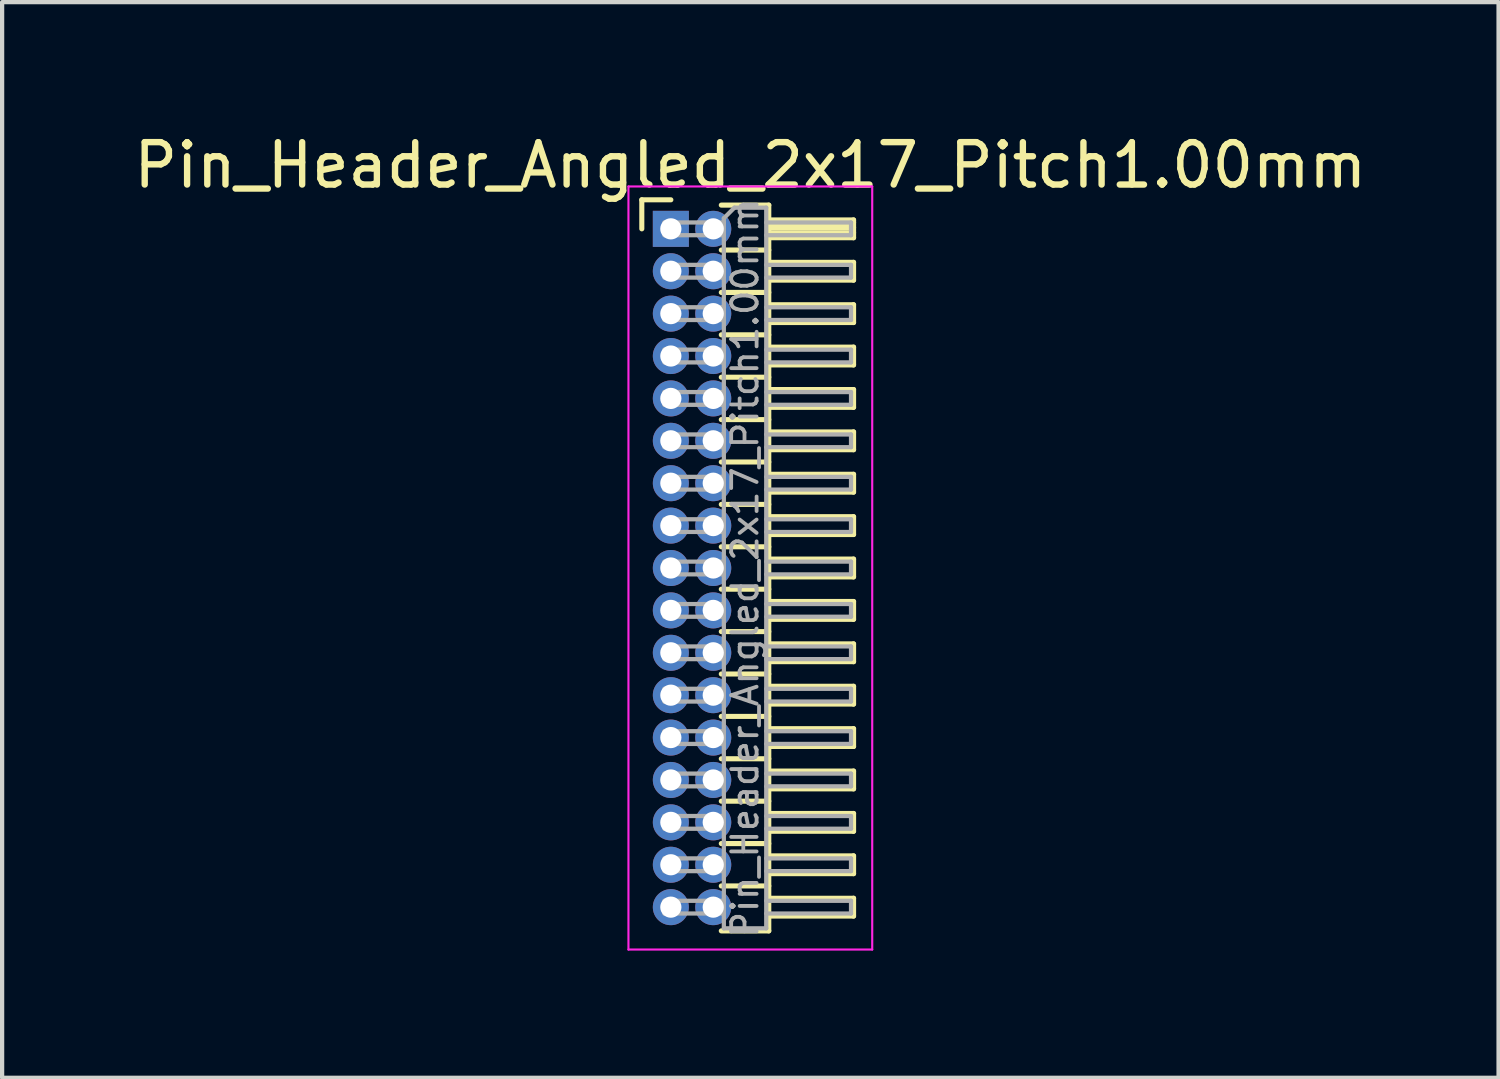
<source format=kicad_pcb>
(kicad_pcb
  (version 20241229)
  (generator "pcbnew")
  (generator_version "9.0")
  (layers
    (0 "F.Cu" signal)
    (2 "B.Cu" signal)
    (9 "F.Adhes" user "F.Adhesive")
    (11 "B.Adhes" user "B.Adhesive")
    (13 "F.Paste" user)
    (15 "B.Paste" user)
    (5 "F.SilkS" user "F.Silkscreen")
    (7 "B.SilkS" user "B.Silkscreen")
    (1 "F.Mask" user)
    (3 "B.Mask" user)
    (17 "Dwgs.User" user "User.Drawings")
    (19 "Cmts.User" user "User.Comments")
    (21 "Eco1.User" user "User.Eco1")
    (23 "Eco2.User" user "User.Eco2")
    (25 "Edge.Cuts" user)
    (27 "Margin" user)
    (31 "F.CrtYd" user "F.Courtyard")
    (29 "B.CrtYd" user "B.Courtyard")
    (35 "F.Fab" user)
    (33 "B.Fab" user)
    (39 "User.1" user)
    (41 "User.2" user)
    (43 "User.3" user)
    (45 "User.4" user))
  (footprint "Pin_Header_Angled_2x17_Pitch1.00mm"
    (layer "F.Cu")
    (at 12.774 2.348)
    (property "Reference" "Pin_Header_Angled_2x17_Pitch1.00mm" (at 1.875 -1.5 0) (layer "F.SilkS") (effects (font (size 1 1) (thickness 0.15))))
    (attr through_hole)
    (fp_line (start -0.685 -0.685) (end 0 -0.685) (stroke (width 0.12) (type solid)) (layer "F.SilkS"))
    (fp_line (start -0.685 0) (end -0.685 -0.685) (stroke (width 0.12) (type solid)) (layer "F.SilkS"))
    (fp_line (start 1.19 -0.56) (end 2.31 -0.56) (stroke (width 0.12) (type solid)) (layer "F.SilkS"))
    (fp_line (start 1.19 0.5) (end 2.31 0.5) (stroke (width 0.12) (type solid)) (layer "F.SilkS"))
    (fp_line (start 1.19 1.5) (end 2.31 1.5) (stroke (width 0.12) (type solid)) (layer "F.SilkS"))
    (fp_line (start 1.19 2.5) (end 2.31 2.5) (stroke (width 0.12) (type solid)) (layer "F.SilkS"))
    (fp_line (start 1.19 3.5) (end 2.31 3.5) (stroke (width 0.12) (type solid)) (layer "F.SilkS"))
    (fp_line (start 1.19 4.5) (end 2.31 4.5) (stroke (width 0.12) (type solid)) (layer "F.SilkS"))
    (fp_line (start 1.19 5.5) (end 2.31 5.5) (stroke (width 0.12) (type solid)) (layer "F.SilkS"))
    (fp_line (start 1.19 6.5) (end 2.31 6.5) (stroke (width 0.12) (type solid)) (layer "F.SilkS"))
    (fp_line (start 1.19 7.5) (end 2.31 7.5) (stroke (width 0.12) (type solid)) (layer "F.SilkS"))
    (fp_line (start 1.19 8.5) (end 2.31 8.5) (stroke (width 0.12) (type solid)) (layer "F.SilkS"))
    (fp_line (start 1.19 9.5) (end 2.31 9.5) (stroke (width 0.12) (type solid)) (layer "F.SilkS"))
    (fp_line (start 1.19 10.5) (end 2.31 10.5) (stroke (width 0.12) (type solid)) (layer "F.SilkS"))
    (fp_line (start 1.19 11.5) (end 2.31 11.5) (stroke (width 0.12) (type solid)) (layer "F.SilkS"))
    (fp_line (start 1.19 12.5) (end 2.31 12.5) (stroke (width 0.12) (type solid)) (layer "F.SilkS"))
    (fp_line (start 1.19 13.5) (end 2.31 13.5) (stroke (width 0.12) (type solid)) (layer "F.SilkS"))
    (fp_line (start 1.19 14.5) (end 2.31 14.5) (stroke (width 0.12) (type solid)) (layer "F.SilkS"))
    (fp_line (start 1.19 15.5) (end 2.31 15.5) (stroke (width 0.12) (type solid)) (layer "F.SilkS"))
    (fp_line (start 2.31 -0.56) (end 2.31 16.56) (stroke (width 0.12) (type solid)) (layer "F.SilkS"))
    (fp_line (start 2.31 -0.21) (end 4.31 -0.21) (stroke (width 0.12) (type solid)) (layer "F.SilkS"))
    (fp_line (start 2.31 -0.15) (end 4.31 -0.15) (stroke (width 0.12) (type solid)) (layer "F.SilkS"))
    (fp_line (start 2.31 -0.03) (end 4.31 -0.03) (stroke (width 0.12) (type solid)) (layer "F.SilkS"))
    (fp_line (start 2.31 0.09) (end 4.31 0.09) (stroke (width 0.12) (type solid)) (layer "F.SilkS"))
    (fp_line (start 2.31 0.79) (end 4.31 0.79) (stroke (width 0.12) (type solid)) (layer "F.SilkS"))
    (fp_line (start 2.31 1.79) (end 4.31 1.79) (stroke (width 0.12) (type solid)) (layer "F.SilkS"))
    (fp_line (start 2.31 2.79) (end 4.31 2.79) (stroke (width 0.12) (type solid)) (layer "F.SilkS"))
    (fp_line (start 2.31 3.79) (end 4.31 3.79) (stroke (width 0.12) (type solid)) (layer "F.SilkS"))
    (fp_line (start 2.31 4.79) (end 4.31 4.79) (stroke (width 0.12) (type solid)) (layer "F.SilkS"))
    (fp_line (start 2.31 5.79) (end 4.31 5.79) (stroke (width 0.12) (type solid)) (layer "F.SilkS"))
    (fp_line (start 2.31 6.79) (end 4.31 6.79) (stroke (width 0.12) (type solid)) (layer "F.SilkS"))
    (fp_line (start 2.31 7.79) (end 4.31 7.79) (stroke (width 0.12) (type solid)) (layer "F.SilkS"))
    (fp_line (start 2.31 8.79) (end 4.31 8.79) (stroke (width 0.12) (type solid)) (layer "F.SilkS"))
    (fp_line (start 2.31 9.79) (end 4.31 9.79) (stroke (width 0.12) (type solid)) (layer "F.SilkS"))
    (fp_line (start 2.31 10.79) (end 4.31 10.79) (stroke (width 0.12) (type solid)) (layer "F.SilkS"))
    (fp_line (start 2.31 11.79) (end 4.31 11.79) (stroke (width 0.12) (type solid)) (layer "F.SilkS"))
    (fp_line (start 2.31 12.79) (end 4.31 12.79) (stroke (width 0.12) (type solid)) (layer "F.SilkS"))
    (fp_line (start 2.31 13.79) (end 4.31 13.79) (stroke (width 0.12) (type solid)) (layer "F.SilkS"))
    (fp_line (start 2.31 14.79) (end 4.31 14.79) (stroke (width 0.12) (type solid)) (layer "F.SilkS"))
    (fp_line (start 2.31 15.79) (end 4.31 15.79) (stroke (width 0.12) (type solid)) (layer "F.SilkS"))
    (fp_line (start 2.31 16.56) (end 1.19 16.56) (stroke (width 0.12) (type solid)) (layer "F.SilkS"))
    (fp_line (start 4.31 -0.21) (end 4.31 0.21) (stroke (width 0.12) (type solid)) (layer "F.SilkS"))
    (fp_line (start 4.31 0.21) (end 2.31 0.21) (stroke (width 0.12) (type solid)) (layer "F.SilkS"))
    (fp_line (start 4.31 0.79) (end 4.31 1.21) (stroke (width 0.12) (type solid)) (layer "F.SilkS"))
    (fp_line (start 4.31 1.21) (end 2.31 1.21) (stroke (width 0.12) (type solid)) (layer "F.SilkS"))
    (fp_line (start 4.31 1.79) (end 4.31 2.21) (stroke (width 0.12) (type solid)) (layer "F.SilkS"))
    (fp_line (start 4.31 2.21) (end 2.31 2.21) (stroke (width 0.12) (type solid)) (layer "F.SilkS"))
    (fp_line (start 4.31 2.79) (end 4.31 3.21) (stroke (width 0.12) (type solid)) (layer "F.SilkS"))
    (fp_line (start 4.31 3.21) (end 2.31 3.21) (stroke (width 0.12) (type solid)) (layer "F.SilkS"))
    (fp_line (start 4.31 3.79) (end 4.31 4.21) (stroke (width 0.12) (type solid)) (layer "F.SilkS"))
    (fp_line (start 4.31 4.21) (end 2.31 4.21) (stroke (width 0.12) (type solid)) (layer "F.SilkS"))
    (fp_line (start 4.31 4.79) (end 4.31 5.21) (stroke (width 0.12) (type solid)) (layer "F.SilkS"))
    (fp_line (start 4.31 5.21) (end 2.31 5.21) (stroke (width 0.12) (type solid)) (layer "F.SilkS"))
    (fp_line (start 4.31 5.79) (end 4.31 6.21) (stroke (width 0.12) (type solid)) (layer "F.SilkS"))
    (fp_line (start 4.31 6.21) (end 2.31 6.21) (stroke (width 0.12) (type solid)) (layer "F.SilkS"))
    (fp_line (start 4.31 6.79) (end 4.31 7.21) (stroke (width 0.12) (type solid)) (layer "F.SilkS"))
    (fp_line (start 4.31 7.21) (end 2.31 7.21) (stroke (width 0.12) (type solid)) (layer "F.SilkS"))
    (fp_line (start 4.31 7.79) (end 4.31 8.21) (stroke (width 0.12) (type solid)) (layer "F.SilkS"))
    (fp_line (start 4.31 8.21) (end 2.31 8.21) (stroke (width 0.12) (type solid)) (layer "F.SilkS"))
    (fp_line (start 4.31 8.79) (end 4.31 9.21) (stroke (width 0.12) (type solid)) (layer "F.SilkS"))
    (fp_line (start 4.31 9.21) (end 2.31 9.21) (stroke (width 0.12) (type solid)) (layer "F.SilkS"))
    (fp_line (start 4.31 9.79) (end 4.31 10.21) (stroke (width 0.12) (type solid)) (layer "F.SilkS"))
    (fp_line (start 4.31 10.21) (end 2.31 10.21) (stroke (width 0.12) (type solid)) (layer "F.SilkS"))
    (fp_line (start 4.31 10.79) (end 4.31 11.21) (stroke (width 0.12) (type solid)) (layer "F.SilkS"))
    (fp_line (start 4.31 11.21) (end 2.31 11.21) (stroke (width 0.12) (type solid)) (layer "F.SilkS"))
    (fp_line (start 4.31 11.79) (end 4.31 12.21) (stroke (width 0.12) (type solid)) (layer "F.SilkS"))
    (fp_line (start 4.31 12.21) (end 2.31 12.21) (stroke (width 0.12) (type solid)) (layer "F.SilkS"))
    (fp_line (start 4.31 12.79) (end 4.31 13.21) (stroke (width 0.12) (type solid)) (layer "F.SilkS"))
    (fp_line (start 4.31 13.21) (end 2.31 13.21) (stroke (width 0.12) (type solid)) (layer "F.SilkS"))
    (fp_line (start 4.31 13.79) (end 4.31 14.21) (stroke (width 0.12) (type solid)) (layer "F.SilkS"))
    (fp_line (start 4.31 14.21) (end 2.31 14.21) (stroke (width 0.12) (type solid)) (layer "F.SilkS"))
    (fp_line (start 4.31 14.79) (end 4.31 15.21) (stroke (width 0.12) (type solid)) (layer "F.SilkS"))
    (fp_line (start 4.31 15.21) (end 2.31 15.21) (stroke (width 0.12) (type solid)) (layer "F.SilkS"))
    (fp_line (start 4.31 15.79) (end 4.31 16.21) (stroke (width 0.12) (type solid)) (layer "F.SilkS"))
    (fp_line (start 4.31 16.21) (end 2.31 16.21) (stroke (width 0.12) (type solid)) (layer "F.SilkS"))
    (fp_line (start -1 -1) (end -1 17) (stroke (width 0.05) (type solid)) (layer "F.CrtYd"))
    (fp_line (start -1 17) (end 4.75 17) (stroke (width 0.05) (type solid)) (layer "F.CrtYd"))
    (fp_line (start 4.75 -1) (end -1 -1) (stroke (width 0.05) (type solid)) (layer "F.CrtYd"))
    (fp_line (start 4.75 17) (end 4.75 -1) (stroke (width 0.05) (type solid)) (layer "F.CrtYd"))
    (fp_line (start -0.15 -0.15) (end -0.15 0.15) (stroke (width 0.1) (type solid)) (layer "F.Fab"))
    (fp_line (start -0.15 -0.15) (end 1.25 -0.15) (stroke (width 0.1) (type solid)) (layer "F.Fab"))
    (fp_line (start -0.15 0.15) (end 1.25 0.15) (stroke (width 0.1) (type solid)) (layer "F.Fab"))
    (fp_line (start -0.15 0.85) (end -0.15 1.15) (stroke (width 0.1) (type solid)) (layer "F.Fab"))
    (fp_line (start -0.15 0.85) (end 1.25 0.85) (stroke (width 0.1) (type solid)) (layer "F.Fab"))
    (fp_line (start -0.15 1.15) (end 1.25 1.15) (stroke (width 0.1) (type solid)) (layer "F.Fab"))
    (fp_line (start -0.15 1.85) (end -0.15 2.15) (stroke (width 0.1) (type solid)) (layer "F.Fab"))
    (fp_line (start -0.15 1.85) (end 1.25 1.85) (stroke (width 0.1) (type solid)) (layer "F.Fab"))
    (fp_line (start -0.15 2.15) (end 1.25 2.15) (stroke (width 0.1) (type solid)) (layer "F.Fab"))
    (fp_line (start -0.15 2.85) (end -0.15 3.15) (stroke (width 0.1) (type solid)) (layer "F.Fab"))
    (fp_line (start -0.15 2.85) (end 1.25 2.85) (stroke (width 0.1) (type solid)) (layer "F.Fab"))
    (fp_line (start -0.15 3.15) (end 1.25 3.15) (stroke (width 0.1) (type solid)) (layer "F.Fab"))
    (fp_line (start -0.15 3.85) (end -0.15 4.15) (stroke (width 0.1) (type solid)) (layer "F.Fab"))
    (fp_line (start -0.15 3.85) (end 1.25 3.85) (stroke (width 0.1) (type solid)) (layer "F.Fab"))
    (fp_line (start -0.15 4.15) (end 1.25 4.15) (stroke (width 0.1) (type solid)) (layer "F.Fab"))
    (fp_line (start -0.15 4.85) (end -0.15 5.15) (stroke (width 0.1) (type solid)) (layer "F.Fab"))
    (fp_line (start -0.15 4.85) (end 1.25 4.85) (stroke (width 0.1) (type solid)) (layer "F.Fab"))
    (fp_line (start -0.15 5.15) (end 1.25 5.15) (stroke (width 0.1) (type solid)) (layer "F.Fab"))
    (fp_line (start -0.15 5.85) (end -0.15 6.15) (stroke (width 0.1) (type solid)) (layer "F.Fab"))
    (fp_line (start -0.15 5.85) (end 1.25 5.85) (stroke (width 0.1) (type solid)) (layer "F.Fab"))
    (fp_line (start -0.15 6.15) (end 1.25 6.15) (stroke (width 0.1) (type solid)) (layer "F.Fab"))
    (fp_line (start -0.15 6.85) (end -0.15 7.15) (stroke (width 0.1) (type solid)) (layer "F.Fab"))
    (fp_line (start -0.15 6.85) (end 1.25 6.85) (stroke (width 0.1) (type solid)) (layer "F.Fab"))
    (fp_line (start -0.15 7.15) (end 1.25 7.15) (stroke (width 0.1) (type solid)) (layer "F.Fab"))
    (fp_line (start -0.15 7.85) (end -0.15 8.15) (stroke (width 0.1) (type solid)) (layer "F.Fab"))
    (fp_line (start -0.15 7.85) (end 1.25 7.85) (stroke (width 0.1) (type solid)) (layer "F.Fab"))
    (fp_line (start -0.15 8.15) (end 1.25 8.15) (stroke (width 0.1) (type solid)) (layer "F.Fab"))
    (fp_line (start -0.15 8.85) (end -0.15 9.15) (stroke (width 0.1) (type solid)) (layer "F.Fab"))
    (fp_line (start -0.15 8.85) (end 1.25 8.85) (stroke (width 0.1) (type solid)) (layer "F.Fab"))
    (fp_line (start -0.15 9.15) (end 1.25 9.15) (stroke (width 0.1) (type solid)) (layer "F.Fab"))
    (fp_line (start -0.15 9.85) (end -0.15 10.15) (stroke (width 0.1) (type solid)) (layer "F.Fab"))
    (fp_line (start -0.15 9.85) (end 1.25 9.85) (stroke (width 0.1) (type solid)) (layer "F.Fab"))
    (fp_line (start -0.15 10.15) (end 1.25 10.15) (stroke (width 0.1) (type solid)) (layer "F.Fab"))
    (fp_line (start -0.15 10.85) (end -0.15 11.15) (stroke (width 0.1) (type solid)) (layer "F.Fab"))
    (fp_line (start -0.15 10.85) (end 1.25 10.85) (stroke (width 0.1) (type solid)) (layer "F.Fab"))
    (fp_line (start -0.15 11.15) (end 1.25 11.15) (stroke (width 0.1) (type solid)) (layer "F.Fab"))
    (fp_line (start -0.15 11.85) (end -0.15 12.15) (stroke (width 0.1) (type solid)) (layer "F.Fab"))
    (fp_line (start -0.15 11.85) (end 1.25 11.85) (stroke (width 0.1) (type solid)) (layer "F.Fab"))
    (fp_line (start -0.15 12.15) (end 1.25 12.15) (stroke (width 0.1) (type solid)) (layer "F.Fab"))
    (fp_line (start -0.15 12.85) (end -0.15 13.15) (stroke (width 0.1) (type solid)) (layer "F.Fab"))
    (fp_line (start -0.15 12.85) (end 1.25 12.85) (stroke (width 0.1) (type solid)) (layer "F.Fab"))
    (fp_line (start -0.15 13.15) (end 1.25 13.15) (stroke (width 0.1) (type solid)) (layer "F.Fab"))
    (fp_line (start -0.15 13.85) (end -0.15 14.15) (stroke (width 0.1) (type solid)) (layer "F.Fab"))
    (fp_line (start -0.15 13.85) (end 1.25 13.85) (stroke (width 0.1) (type solid)) (layer "F.Fab"))
    (fp_line (start -0.15 14.15) (end 1.25 14.15) (stroke (width 0.1) (type solid)) (layer "F.Fab"))
    (fp_line (start -0.15 14.85) (end -0.15 15.15) (stroke (width 0.1) (type solid)) (layer "F.Fab"))
    (fp_line (start -0.15 14.85) (end 1.25 14.85) (stroke (width 0.1) (type solid)) (layer "F.Fab"))
    (fp_line (start -0.15 15.15) (end 1.25 15.15) (stroke (width 0.1) (type solid)) (layer "F.Fab"))
    (fp_line (start -0.15 15.85) (end -0.15 16.15) (stroke (width 0.1) (type solid)) (layer "F.Fab"))
    (fp_line (start -0.15 15.85) (end 1.25 15.85) (stroke (width 0.1) (type solid)) (layer "F.Fab"))
    (fp_line (start -0.15 16.15) (end 1.25 16.15) (stroke (width 0.1) (type solid)) (layer "F.Fab"))
    (fp_line (start 1.25 -0.25) (end 1.5 -0.5) (stroke (width 0.1) (type solid)) (layer "F.Fab"))
    (fp_line (start 1.25 16.5) (end 1.25 -0.25) (stroke (width 0.1) (type solid)) (layer "F.Fab"))
    (fp_line (start 1.5 -0.5) (end 2.25 -0.5) (stroke (width 0.1) (type solid)) (layer "F.Fab"))
    (fp_line (start 2.25 -0.5) (end 2.25 16.5) (stroke (width 0.1) (type solid)) (layer "F.Fab"))
    (fp_line (start 2.25 -0.15) (end 4.25 -0.15) (stroke (width 0.1) (type solid)) (layer "F.Fab"))
    (fp_line (start 2.25 0.15) (end 4.25 0.15) (stroke (width 0.1) (type solid)) (layer "F.Fab"))
    (fp_line (start 2.25 0.85) (end 4.25 0.85) (stroke (width 0.1) (type solid)) (layer "F.Fab"))
    (fp_line (start 2.25 1.15) (end 4.25 1.15) (stroke (width 0.1) (type solid)) (layer "F.Fab"))
    (fp_line (start 2.25 1.85) (end 4.25 1.85) (stroke (width 0.1) (type solid)) (layer "F.Fab"))
    (fp_line (start 2.25 2.15) (end 4.25 2.15) (stroke (width 0.1) (type solid)) (layer "F.Fab"))
    (fp_line (start 2.25 2.85) (end 4.25 2.85) (stroke (width 0.1) (type solid)) (layer "F.Fab"))
    (fp_line (start 2.25 3.15) (end 4.25 3.15) (stroke (width 0.1) (type solid)) (layer "F.Fab"))
    (fp_line (start 2.25 3.85) (end 4.25 3.85) (stroke (width 0.1) (type solid)) (layer "F.Fab"))
    (fp_line (start 2.25 4.15) (end 4.25 4.15) (stroke (width 0.1) (type solid)) (layer "F.Fab"))
    (fp_line (start 2.25 4.85) (end 4.25 4.85) (stroke (width 0.1) (type solid)) (layer "F.Fab"))
    (fp_line (start 2.25 5.15) (end 4.25 5.15) (stroke (width 0.1) (type solid)) (layer "F.Fab"))
    (fp_line (start 2.25 5.85) (end 4.25 5.85) (stroke (width 0.1) (type solid)) (layer "F.Fab"))
    (fp_line (start 2.25 6.15) (end 4.25 6.15) (stroke (width 0.1) (type solid)) (layer "F.Fab"))
    (fp_line (start 2.25 6.85) (end 4.25 6.85) (stroke (width 0.1) (type solid)) (layer "F.Fab"))
    (fp_line (start 2.25 7.15) (end 4.25 7.15) (stroke (width 0.1) (type solid)) (layer "F.Fab"))
    (fp_line (start 2.25 7.85) (end 4.25 7.85) (stroke (width 0.1) (type solid)) (layer "F.Fab"))
    (fp_line (start 2.25 8.15) (end 4.25 8.15) (stroke (width 0.1) (type solid)) (layer "F.Fab"))
    (fp_line (start 2.25 8.85) (end 4.25 8.85) (stroke (width 0.1) (type solid)) (layer "F.Fab"))
    (fp_line (start 2.25 9.15) (end 4.25 9.15) (stroke (width 0.1) (type solid)) (layer "F.Fab"))
    (fp_line (start 2.25 9.85) (end 4.25 9.85) (stroke (width 0.1) (type solid)) (layer "F.Fab"))
    (fp_line (start 2.25 10.15) (end 4.25 10.15) (stroke (width 0.1) (type solid)) (layer "F.Fab"))
    (fp_line (start 2.25 10.85) (end 4.25 10.85) (stroke (width 0.1) (type solid)) (layer "F.Fab"))
    (fp_line (start 2.25 11.15) (end 4.25 11.15) (stroke (width 0.1) (type solid)) (layer "F.Fab"))
    (fp_line (start 2.25 11.85) (end 4.25 11.85) (stroke (width 0.1) (type solid)) (layer "F.Fab"))
    (fp_line (start 2.25 12.15) (end 4.25 12.15) (stroke (width 0.1) (type solid)) (layer "F.Fab"))
    (fp_line (start 2.25 12.85) (end 4.25 12.85) (stroke (width 0.1) (type solid)) (layer "F.Fab"))
    (fp_line (start 2.25 13.15) (end 4.25 13.15) (stroke (width 0.1) (type solid)) (layer "F.Fab"))
    (fp_line (start 2.25 13.85) (end 4.25 13.85) (stroke (width 0.1) (type solid)) (layer "F.Fab"))
    (fp_line (start 2.25 14.15) (end 4.25 14.15) (stroke (width 0.1) (type solid)) (layer "F.Fab"))
    (fp_line (start 2.25 14.85) (end 4.25 14.85) (stroke (width 0.1) (type solid)) (layer "F.Fab"))
    (fp_line (start 2.25 15.15) (end 4.25 15.15) (stroke (width 0.1) (type solid)) (layer "F.Fab"))
    (fp_line (start 2.25 15.85) (end 4.25 15.85) (stroke (width 0.1) (type solid)) (layer "F.Fab"))
    (fp_line (start 2.25 16.15) (end 4.25 16.15) (stroke (width 0.1) (type solid)) (layer "F.Fab"))
    (fp_line (start 2.25 16.5) (end 1.25 16.5) (stroke (width 0.1) (type solid)) (layer "F.Fab"))
    (fp_line (start 4.25 -0.15) (end 4.25 0.15) (stroke (width 0.1) (type solid)) (layer "F.Fab"))
    (fp_line (start 4.25 0.85) (end 4.25 1.15) (stroke (width 0.1) (type solid)) (layer "F.Fab"))
    (fp_line (start 4.25 1.85) (end 4.25 2.15) (stroke (width 0.1) (type solid)) (layer "F.Fab"))
    (fp_line (start 4.25 2.85) (end 4.25 3.15) (stroke (width 0.1) (type solid)) (layer "F.Fab"))
    (fp_line (start 4.25 3.85) (end 4.25 4.15) (stroke (width 0.1) (type solid)) (layer "F.Fab"))
    (fp_line (start 4.25 4.85) (end 4.25 5.15) (stroke (width 0.1) (type solid)) (layer "F.Fab"))
    (fp_line (start 4.25 5.85) (end 4.25 6.15) (stroke (width 0.1) (type solid)) (layer "F.Fab"))
    (fp_line (start 4.25 6.85) (end 4.25 7.15) (stroke (width 0.1) (type solid)) (layer "F.Fab"))
    (fp_line (start 4.25 7.85) (end 4.25 8.15) (stroke (width 0.1) (type solid)) (layer "F.Fab"))
    (fp_line (start 4.25 8.85) (end 4.25 9.15) (stroke (width 0.1) (type solid)) (layer "F.Fab"))
    (fp_line (start 4.25 9.85) (end 4.25 10.15) (stroke (width 0.1) (type solid)) (layer "F.Fab"))
    (fp_line (start 4.25 10.85) (end 4.25 11.15) (stroke (width 0.1) (type solid)) (layer "F.Fab"))
    (fp_line (start 4.25 11.85) (end 4.25 12.15) (stroke (width 0.1) (type solid)) (layer "F.Fab"))
    (fp_line (start 4.25 12.85) (end 4.25 13.15) (stroke (width 0.1) (type solid)) (layer "F.Fab"))
    (fp_line (start 4.25 13.85) (end 4.25 14.15) (stroke (width 0.1) (type solid)) (layer "F.Fab"))
    (fp_line (start 4.25 14.85) (end 4.25 15.15) (stroke (width 0.1) (type solid)) (layer "F.Fab"))
    (fp_line (start 4.25 15.85) (end 4.25 16.15) (stroke (width 0.1) (type solid)) (layer "F.Fab"))
    (fp_text user "${REFERENCE}" (at 1.75 8 90) (layer "F.Fab") (effects (font (size 0.6 0.6) (thickness 0.09))))
    (pad "1" thru_hole rect (at 0 0) (size 0.85 0.85) (drill 0.5) (layers "*.Cu" "*.Mask"))
    (pad "2" thru_hole oval (at 1 0) (size 0.85 0.85) (drill 0.5) (layers "*.Cu" "*.Mask"))
    (pad "3" thru_hole oval (at 0 1) (size 0.85 0.85) (drill 0.5) (layers "*.Cu" "*.Mask"))
    (pad "4" thru_hole oval (at 1 1) (size 0.85 0.85) (drill 0.5) (layers "*.Cu" "*.Mask"))
    (pad "5" thru_hole oval (at 0 2) (size 0.85 0.85) (drill 0.5) (layers "*.Cu" "*.Mask"))
    (pad "6" thru_hole oval (at 1 2) (size 0.85 0.85) (drill 0.5) (layers "*.Cu" "*.Mask"))
    (pad "7" thru_hole oval (at 0 3) (size 0.85 0.85) (drill 0.5) (layers "*.Cu" "*.Mask"))
    (pad "8" thru_hole oval (at 1 3) (size 0.85 0.85) (drill 0.5) (layers "*.Cu" "*.Mask"))
    (pad "9" thru_hole oval (at 0 4) (size 0.85 0.85) (drill 0.5) (layers "*.Cu" "*.Mask"))
    (pad "10" thru_hole oval (at 1 4) (size 0.85 0.85) (drill 0.5) (layers "*.Cu" "*.Mask"))
    (pad "11" thru_hole oval (at 0 5) (size 0.85 0.85) (drill 0.5) (layers "*.Cu" "*.Mask"))
    (pad "12" thru_hole oval (at 1 5) (size 0.85 0.85) (drill 0.5) (layers "*.Cu" "*.Mask"))
    (pad "13" thru_hole oval (at 0 6) (size 0.85 0.85) (drill 0.5) (layers "*.Cu" "*.Mask"))
    (pad "14" thru_hole oval (at 1 6) (size 0.85 0.85) (drill 0.5) (layers "*.Cu" "*.Mask"))
    (pad "15" thru_hole oval (at 0 7) (size 0.85 0.85) (drill 0.5) (layers "*.Cu" "*.Mask"))
    (pad "16" thru_hole oval (at 1 7) (size 0.85 0.85) (drill 0.5) (layers "*.Cu" "*.Mask"))
    (pad "17" thru_hole oval (at 0 8) (size 0.85 0.85) (drill 0.5) (layers "*.Cu" "*.Mask"))
    (pad "18" thru_hole oval (at 1 8) (size 0.85 0.85) (drill 0.5) (layers "*.Cu" "*.Mask"))
    (pad "19" thru_hole oval (at 0 9) (size 0.85 0.85) (drill 0.5) (layers "*.Cu" "*.Mask"))
    (pad "20" thru_hole oval (at 1 9) (size 0.85 0.85) (drill 0.5) (layers "*.Cu" "*.Mask"))
    (pad "21" thru_hole oval (at 0 10) (size 0.85 0.85) (drill 0.5) (layers "*.Cu" "*.Mask"))
    (pad "22" thru_hole oval (at 1 10) (size 0.85 0.85) (drill 0.5) (layers "*.Cu" "*.Mask"))
    (pad "23" thru_hole oval (at 0 11) (size 0.85 0.85) (drill 0.5) (layers "*.Cu" "*.Mask"))
    (pad "24" thru_hole oval (at 1 11) (size 0.85 0.85) (drill 0.5) (layers "*.Cu" "*.Mask"))
    (pad "25" thru_hole oval (at 0 12) (size 0.85 0.85) (drill 0.5) (layers "*.Cu" "*.Mask"))
    (pad "26" thru_hole oval (at 1 12) (size 0.85 0.85) (drill 0.5) (layers "*.Cu" "*.Mask"))
    (pad "27" thru_hole oval (at 0 13) (size 0.85 0.85) (drill 0.5) (layers "*.Cu" "*.Mask"))
    (pad "28" thru_hole oval (at 1 13) (size 0.85 0.85) (drill 0.5) (layers "*.Cu" "*.Mask"))
    (pad "29" thru_hole oval (at 0 14) (size 0.85 0.85) (drill 0.5) (layers "*.Cu" "*.Mask"))
    (pad "30" thru_hole oval (at 1 14) (size 0.85 0.85) (drill 0.5) (layers "*.Cu" "*.Mask"))
    (pad "31" thru_hole oval (at 0 15) (size 0.85 0.85) (drill 0.5) (layers "*.Cu" "*.Mask"))
    (pad "32" thru_hole oval (at 1 15) (size 0.85 0.85) (drill 0.5) (layers "*.Cu" "*.Mask"))
    (pad "33" thru_hole oval (at 0 16) (size 0.85 0.85) (drill 0.5) (layers "*.Cu" "*.Mask"))
    (pad "34" thru_hole oval (at 1 16) (size 0.85 0.85) (drill 0.5) (layers "*.Cu" "*.Mask")))
  (gr_rect
    (start -3 -3)
    (end 32.298 22.373)
    (stroke (width 0.1) (type default))
    (fill no)
    (layer "Edge.Cuts")))
</source>
